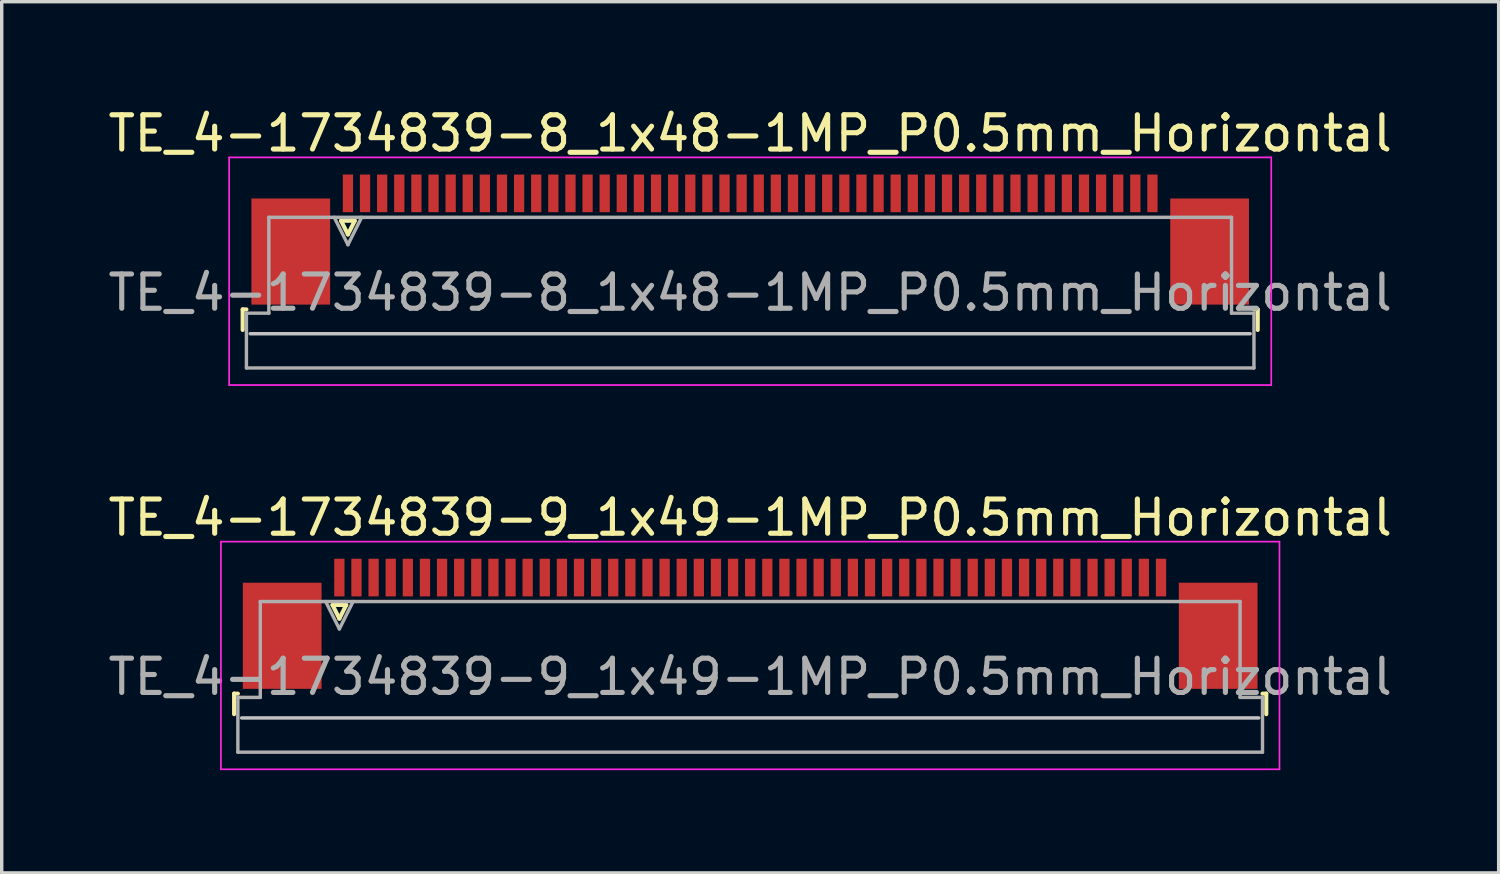
<source format=kicad_pcb>
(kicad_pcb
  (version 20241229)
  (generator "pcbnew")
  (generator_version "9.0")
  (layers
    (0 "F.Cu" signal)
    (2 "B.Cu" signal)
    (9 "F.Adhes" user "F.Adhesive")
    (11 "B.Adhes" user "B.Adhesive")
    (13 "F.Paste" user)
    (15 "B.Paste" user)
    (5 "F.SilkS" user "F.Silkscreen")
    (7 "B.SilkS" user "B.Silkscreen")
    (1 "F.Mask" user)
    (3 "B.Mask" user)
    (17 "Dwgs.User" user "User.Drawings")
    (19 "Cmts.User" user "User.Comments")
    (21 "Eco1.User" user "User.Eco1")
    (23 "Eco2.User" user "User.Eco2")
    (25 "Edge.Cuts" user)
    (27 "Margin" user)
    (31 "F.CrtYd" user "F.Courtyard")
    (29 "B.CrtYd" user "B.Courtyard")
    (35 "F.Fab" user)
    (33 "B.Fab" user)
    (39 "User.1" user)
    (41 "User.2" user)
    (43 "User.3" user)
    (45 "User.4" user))
  (footprint "TE_4-1734839-9_1x49-1MP_P0.5mm_Horizontal"
    (layer "F.Cu")
    (at 18.863 15.171)
    (property "Reference" "TE_4-1734839-9_1x49-1MP_P0.5mm_Horizontal" (at 0 -3.1 0) (layer "F.SilkS") (effects (font (size 1 1) (thickness 0.15))))
    (attr smd)
    (fp_line (start -15.075 2.04) (end -15.075 2.64) (stroke (width 0.12) (type solid)) (layer "F.SilkS"))
    (fp_line (start -14.965 2.04) (end -15.075 2.04) (stroke (width 0.12) (type solid)) (layer "F.SilkS"))
    (fp_line (start -12.2 -0.55) (end -12 -0.15) (stroke (width 0.12) (type solid)) (layer "F.SilkS"))
    (fp_line (start -12 -0.15) (end -11.8 -0.55) (stroke (width 0.12) (type solid)) (layer "F.SilkS"))
    (fp_line (start -11.8 -0.55) (end -12.2 -0.55) (stroke (width 0.12) (type solid)) (layer "F.SilkS"))
    (fp_line (start 14.965 2.04) (end 15.075 2.04) (stroke (width 0.12) (type solid)) (layer "F.SilkS"))
    (fp_line (start 15.075 2.04) (end 15.075 2.64) (stroke (width 0.12) (type solid)) (layer "F.SilkS"))
    (fp_line (start 14.855 2.75) (end -14.855 2.75) (stroke (width 0.1) (type solid)) (layer "Dwgs.User"))
    (fp_line (start -15.46 -2.4) (end -15.46 4.25) (stroke (width 0.05) (type solid)) (layer "F.CrtYd"))
    (fp_line (start -15.46 4.25) (end 15.46 4.25) (stroke (width 0.05) (type solid)) (layer "F.CrtYd"))
    (fp_line (start 15.46 -2.4) (end -15.46 -2.4) (stroke (width 0.05) (type solid)) (layer "F.CrtYd"))
    (fp_line (start 15.46 4.25) (end 15.46 -2.4) (stroke (width 0.05) (type solid)) (layer "F.CrtYd"))
    (fp_line (start -14.965 2.15) (end -14.31 2.15) (stroke (width 0.1) (type solid)) (layer "F.Fab"))
    (fp_line (start -14.965 3.75) (end -14.965 2.15) (stroke (width 0.1) (type solid)) (layer "F.Fab"))
    (fp_line (start -14.31 -0.65) (end 14.31 -0.65) (stroke (width 0.1) (type solid)) (layer "F.Fab"))
    (fp_line (start -14.31 2.15) (end -14.31 -0.65) (stroke (width 0.1) (type solid)) (layer "F.Fab"))
    (fp_line (start -12.4 -0.65) (end -12 0.15) (stroke (width 0.1) (type solid)) (layer "F.Fab"))
    (fp_line (start -12 0.15) (end -11.6 -0.65) (stroke (width 0.1) (type solid)) (layer "F.Fab"))
    (fp_line (start 14.31 -0.65) (end 14.31 2.15) (stroke (width 0.1) (type solid)) (layer "F.Fab"))
    (fp_line (start 14.31 2.15) (end 14.965 2.15) (stroke (width 0.1) (type solid)) (layer "F.Fab"))
    (fp_line (start 14.965 2.15) (end 14.965 3.75) (stroke (width 0.1) (type solid)) (layer "F.Fab"))
    (fp_line (start 14.965 3.75) (end -14.965 3.75) (stroke (width 0.1) (type solid)) (layer "F.Fab"))
    (fp_text user "${REFERENCE}" (at 0 1.55 0) (layer "F.Fab") (effects (font (size 1 1) (thickness 0.15))))
    (pad "1" smd rect (at -12 -1.35) (size 0.3 1.1) (layers "F.Cu" "F.Mask" "F.Paste"))
    (pad "2" smd rect (at -11.5 -1.35) (size 0.3 1.1) (layers "F.Cu" "F.Mask" "F.Paste"))
    (pad "3" smd rect (at -11 -1.35) (size 0.3 1.1) (layers "F.Cu" "F.Mask" "F.Paste"))
    (pad "4" smd rect (at -10.5 -1.35) (size 0.3 1.1) (layers "F.Cu" "F.Mask" "F.Paste"))
    (pad "5" smd rect (at -10 -1.35) (size 0.3 1.1) (layers "F.Cu" "F.Mask" "F.Paste"))
    (pad "6" smd rect (at -9.5 -1.35) (size 0.3 1.1) (layers "F.Cu" "F.Mask" "F.Paste"))
    (pad "7" smd rect (at -9 -1.35) (size 0.3 1.1) (layers "F.Cu" "F.Mask" "F.Paste"))
    (pad "8" smd rect (at -8.5 -1.35) (size 0.3 1.1) (layers "F.Cu" "F.Mask" "F.Paste"))
    (pad "9" smd rect (at -8 -1.35) (size 0.3 1.1) (layers "F.Cu" "F.Mask" "F.Paste"))
    (pad "10" smd rect (at -7.5 -1.35) (size 0.3 1.1) (layers "F.Cu" "F.Mask" "F.Paste"))
    (pad "11" smd rect (at -7 -1.35) (size 0.3 1.1) (layers "F.Cu" "F.Mask" "F.Paste"))
    (pad "12" smd rect (at -6.5 -1.35) (size 0.3 1.1) (layers "F.Cu" "F.Mask" "F.Paste"))
    (pad "13" smd rect (at -6 -1.35) (size 0.3 1.1) (layers "F.Cu" "F.Mask" "F.Paste"))
    (pad "14" smd rect (at -5.5 -1.35) (size 0.3 1.1) (layers "F.Cu" "F.Mask" "F.Paste"))
    (pad "15" smd rect (at -5 -1.35) (size 0.3 1.1) (layers "F.Cu" "F.Mask" "F.Paste"))
    (pad "16" smd rect (at -4.5 -1.35) (size 0.3 1.1) (layers "F.Cu" "F.Mask" "F.Paste"))
    (pad "17" smd rect (at -4 -1.35) (size 0.3 1.1) (layers "F.Cu" "F.Mask" "F.Paste"))
    (pad "18" smd rect (at -3.5 -1.35) (size 0.3 1.1) (layers "F.Cu" "F.Mask" "F.Paste"))
    (pad "19" smd rect (at -3 -1.35) (size 0.3 1.1) (layers "F.Cu" "F.Mask" "F.Paste"))
    (pad "20" smd rect (at -2.5 -1.35) (size 0.3 1.1) (layers "F.Cu" "F.Mask" "F.Paste"))
    (pad "21" smd rect (at -2 -1.35) (size 0.3 1.1) (layers "F.Cu" "F.Mask" "F.Paste"))
    (pad "22" smd rect (at -1.5 -1.35) (size 0.3 1.1) (layers "F.Cu" "F.Mask" "F.Paste"))
    (pad "23" smd rect (at -1 -1.35) (size 0.3 1.1) (layers "F.Cu" "F.Mask" "F.Paste"))
    (pad "24" smd rect (at -0.5 -1.35) (size 0.3 1.1) (layers "F.Cu" "F.Mask" "F.Paste"))
    (pad "25" smd rect (at 0 -1.35) (size 0.3 1.1) (layers "F.Cu" "F.Mask" "F.Paste"))
    (pad "26" smd rect (at 0.5 -1.35) (size 0.3 1.1) (layers "F.Cu" "F.Mask" "F.Paste"))
    (pad "27" smd rect (at 1 -1.35) (size 0.3 1.1) (layers "F.Cu" "F.Mask" "F.Paste"))
    (pad "28" smd rect (at 1.5 -1.35) (size 0.3 1.1) (layers "F.Cu" "F.Mask" "F.Paste"))
    (pad "29" smd rect (at 2 -1.35) (size 0.3 1.1) (layers "F.Cu" "F.Mask" "F.Paste"))
    (pad "30" smd rect (at 2.5 -1.35) (size 0.3 1.1) (layers "F.Cu" "F.Mask" "F.Paste"))
    (pad "31" smd rect (at 3 -1.35) (size 0.3 1.1) (layers "F.Cu" "F.Mask" "F.Paste"))
    (pad "32" smd rect (at 3.5 -1.35) (size 0.3 1.1) (layers "F.Cu" "F.Mask" "F.Paste"))
    (pad "33" smd rect (at 4 -1.35) (size 0.3 1.1) (layers "F.Cu" "F.Mask" "F.Paste"))
    (pad "34" smd rect (at 4.5 -1.35) (size 0.3 1.1) (layers "F.Cu" "F.Mask" "F.Paste"))
    (pad "35" smd rect (at 5 -1.35) (size 0.3 1.1) (layers "F.Cu" "F.Mask" "F.Paste"))
    (pad "36" smd rect (at 5.5 -1.35) (size 0.3 1.1) (layers "F.Cu" "F.Mask" "F.Paste"))
    (pad "37" smd rect (at 6 -1.35) (size 0.3 1.1) (layers "F.Cu" "F.Mask" "F.Paste"))
    (pad "38" smd rect (at 6.5 -1.35) (size 0.3 1.1) (layers "F.Cu" "F.Mask" "F.Paste"))
    (pad "39" smd rect (at 7 -1.35) (size 0.3 1.1) (layers "F.Cu" "F.Mask" "F.Paste"))
    (pad "40" smd rect (at 7.5 -1.35) (size 0.3 1.1) (layers "F.Cu" "F.Mask" "F.Paste"))
    (pad "41" smd rect (at 8 -1.35) (size 0.3 1.1) (layers "F.Cu" "F.Mask" "F.Paste"))
    (pad "42" smd rect (at 8.5 -1.35) (size 0.3 1.1) (layers "F.Cu" "F.Mask" "F.Paste"))
    (pad "43" smd rect (at 9 -1.35) (size 0.3 1.1) (layers "F.Cu" "F.Mask" "F.Paste"))
    (pad "44" smd rect (at 9.5 -1.35) (size 0.3 1.1) (layers "F.Cu" "F.Mask" "F.Paste"))
    (pad "45" smd rect (at 10 -1.35) (size 0.3 1.1) (layers "F.Cu" "F.Mask" "F.Paste"))
    (pad "46" smd rect (at 10.5 -1.35) (size 0.3 1.1) (layers "F.Cu" "F.Mask" "F.Paste"))
    (pad "47" smd rect (at 11 -1.35) (size 0.3 1.1) (layers "F.Cu" "F.Mask" "F.Paste"))
    (pad "48" smd rect (at 11.5 -1.35) (size 0.3 1.1) (layers "F.Cu" "F.Mask" "F.Paste"))
    (pad "49" smd rect (at 12 -1.35) (size 0.3 1.1) (layers "F.Cu" "F.Mask" "F.Paste"))
    (pad "MP" smd rect (at -13.67 0.35) (size 2.3 3.1) (layers "F.Cu" "F.Mask" "F.Paste"))
    (pad "MP" smd rect (at 13.67 0.35) (size 2.3 3.1) (layers "F.Cu" "F.Mask" "F.Paste")))
  (footprint "TE_4-1734839-8_1x48-1MP_P0.5mm_Horizontal"
    (layer "F.Cu")
    (at 18.863 3.948)
    (property "Reference" "TE_4-1734839-8_1x48-1MP_P0.5mm_Horizontal" (at 0 -3.1 0) (layer "F.SilkS") (effects (font (size 1 1) (thickness 0.15))))
    (attr smd)
    (fp_line (start -14.825 2.04) (end -14.825 2.64) (stroke (width 0.12) (type solid)) (layer "F.SilkS"))
    (fp_line (start -14.715 2.04) (end -14.825 2.04) (stroke (width 0.12) (type solid)) (layer "F.SilkS"))
    (fp_line (start -11.95 -0.55) (end -11.75 -0.15) (stroke (width 0.12) (type solid)) (layer "F.SilkS"))
    (fp_line (start -11.75 -0.15) (end -11.55 -0.55) (stroke (width 0.12) (type solid)) (layer "F.SilkS"))
    (fp_line (start -11.55 -0.55) (end -11.95 -0.55) (stroke (width 0.12) (type solid)) (layer "F.SilkS"))
    (fp_line (start 14.715 2.04) (end 14.825 2.04) (stroke (width 0.12) (type solid)) (layer "F.SilkS"))
    (fp_line (start 14.825 2.04) (end 14.825 2.64) (stroke (width 0.12) (type solid)) (layer "F.SilkS"))
    (fp_line (start 14.605 2.75) (end -14.605 2.75) (stroke (width 0.1) (type solid)) (layer "Dwgs.User"))
    (fp_line (start -15.22 -2.4) (end -15.22 4.25) (stroke (width 0.05) (type solid)) (layer "F.CrtYd"))
    (fp_line (start -15.22 4.25) (end 15.22 4.25) (stroke (width 0.05) (type solid)) (layer "F.CrtYd"))
    (fp_line (start 15.22 -2.4) (end -15.22 -2.4) (stroke (width 0.05) (type solid)) (layer "F.CrtYd"))
    (fp_line (start 15.22 4.25) (end 15.22 -2.4) (stroke (width 0.05) (type solid)) (layer "F.CrtYd"))
    (fp_line (start -14.715 2.15) (end -14.06 2.15) (stroke (width 0.1) (type solid)) (layer "F.Fab"))
    (fp_line (start -14.715 3.75) (end -14.715 2.15) (stroke (width 0.1) (type solid)) (layer "F.Fab"))
    (fp_line (start -14.06 -0.65) (end 14.06 -0.65) (stroke (width 0.1) (type solid)) (layer "F.Fab"))
    (fp_line (start -14.06 2.15) (end -14.06 -0.65) (stroke (width 0.1) (type solid)) (layer "F.Fab"))
    (fp_line (start -12.15 -0.65) (end -11.75 0.15) (stroke (width 0.1) (type solid)) (layer "F.Fab"))
    (fp_line (start -11.75 0.15) (end -11.35 -0.65) (stroke (width 0.1) (type solid)) (layer "F.Fab"))
    (fp_line (start 14.06 -0.65) (end 14.06 2.15) (stroke (width 0.1) (type solid)) (layer "F.Fab"))
    (fp_line (start 14.06 2.15) (end 14.715 2.15) (stroke (width 0.1) (type solid)) (layer "F.Fab"))
    (fp_line (start 14.715 2.15) (end 14.715 3.75) (stroke (width 0.1) (type solid)) (layer "F.Fab"))
    (fp_line (start 14.715 3.75) (end -14.715 3.75) (stroke (width 0.1) (type solid)) (layer "F.Fab"))
    (fp_text user "${REFERENCE}" (at 0 1.55 0) (layer "F.Fab") (effects (font (size 1 1) (thickness 0.15))))
    (pad "1" smd rect (at -11.75 -1.35) (size 0.3 1.1) (layers "F.Cu" "F.Mask" "F.Paste"))
    (pad "2" smd rect (at -11.25 -1.35) (size 0.3 1.1) (layers "F.Cu" "F.Mask" "F.Paste"))
    (pad "3" smd rect (at -10.75 -1.35) (size 0.3 1.1) (layers "F.Cu" "F.Mask" "F.Paste"))
    (pad "4" smd rect (at -10.25 -1.35) (size 0.3 1.1) (layers "F.Cu" "F.Mask" "F.Paste"))
    (pad "5" smd rect (at -9.75 -1.35) (size 0.3 1.1) (layers "F.Cu" "F.Mask" "F.Paste"))
    (pad "6" smd rect (at -9.25 -1.35) (size 0.3 1.1) (layers "F.Cu" "F.Mask" "F.Paste"))
    (pad "7" smd rect (at -8.75 -1.35) (size 0.3 1.1) (layers "F.Cu" "F.Mask" "F.Paste"))
    (pad "8" smd rect (at -8.25 -1.35) (size 0.3 1.1) (layers "F.Cu" "F.Mask" "F.Paste"))
    (pad "9" smd rect (at -7.75 -1.35) (size 0.3 1.1) (layers "F.Cu" "F.Mask" "F.Paste"))
    (pad "10" smd rect (at -7.25 -1.35) (size 0.3 1.1) (layers "F.Cu" "F.Mask" "F.Paste"))
    (pad "11" smd rect (at -6.75 -1.35) (size 0.3 1.1) (layers "F.Cu" "F.Mask" "F.Paste"))
    (pad "12" smd rect (at -6.25 -1.35) (size 0.3 1.1) (layers "F.Cu" "F.Mask" "F.Paste"))
    (pad "13" smd rect (at -5.75 -1.35) (size 0.3 1.1) (layers "F.Cu" "F.Mask" "F.Paste"))
    (pad "14" smd rect (at -5.25 -1.35) (size 0.3 1.1) (layers "F.Cu" "F.Mask" "F.Paste"))
    (pad "15" smd rect (at -4.75 -1.35) (size 0.3 1.1) (layers "F.Cu" "F.Mask" "F.Paste"))
    (pad "16" smd rect (at -4.25 -1.35) (size 0.3 1.1) (layers "F.Cu" "F.Mask" "F.Paste"))
    (pad "17" smd rect (at -3.75 -1.35) (size 0.3 1.1) (layers "F.Cu" "F.Mask" "F.Paste"))
    (pad "18" smd rect (at -3.25 -1.35) (size 0.3 1.1) (layers "F.Cu" "F.Mask" "F.Paste"))
    (pad "19" smd rect (at -2.75 -1.35) (size 0.3 1.1) (layers "F.Cu" "F.Mask" "F.Paste"))
    (pad "20" smd rect (at -2.25 -1.35) (size 0.3 1.1) (layers "F.Cu" "F.Mask" "F.Paste"))
    (pad "21" smd rect (at -1.75 -1.35) (size 0.3 1.1) (layers "F.Cu" "F.Mask" "F.Paste"))
    (pad "22" smd rect (at -1.25 -1.35) (size 0.3 1.1) (layers "F.Cu" "F.Mask" "F.Paste"))
    (pad "23" smd rect (at -0.75 -1.35) (size 0.3 1.1) (layers "F.Cu" "F.Mask" "F.Paste"))
    (pad "24" smd rect (at -0.25 -1.35) (size 0.3 1.1) (layers "F.Cu" "F.Mask" "F.Paste"))
    (pad "25" smd rect (at 0.25 -1.35) (size 0.3 1.1) (layers "F.Cu" "F.Mask" "F.Paste"))
    (pad "26" smd rect (at 0.75 -1.35) (size 0.3 1.1) (layers "F.Cu" "F.Mask" "F.Paste"))
    (pad "27" smd rect (at 1.25 -1.35) (size 0.3 1.1) (layers "F.Cu" "F.Mask" "F.Paste"))
    (pad "28" smd rect (at 1.75 -1.35) (size 0.3 1.1) (layers "F.Cu" "F.Mask" "F.Paste"))
    (pad "29" smd rect (at 2.25 -1.35) (size 0.3 1.1) (layers "F.Cu" "F.Mask" "F.Paste"))
    (pad "30" smd rect (at 2.75 -1.35) (size 0.3 1.1) (layers "F.Cu" "F.Mask" "F.Paste"))
    (pad "31" smd rect (at 3.25 -1.35) (size 0.3 1.1) (layers "F.Cu" "F.Mask" "F.Paste"))
    (pad "32" smd rect (at 3.75 -1.35) (size 0.3 1.1) (layers "F.Cu" "F.Mask" "F.Paste"))
    (pad "33" smd rect (at 4.25 -1.35) (size 0.3 1.1) (layers "F.Cu" "F.Mask" "F.Paste"))
    (pad "34" smd rect (at 4.75 -1.35) (size 0.3 1.1) (layers "F.Cu" "F.Mask" "F.Paste"))
    (pad "35" smd rect (at 5.25 -1.35) (size 0.3 1.1) (layers "F.Cu" "F.Mask" "F.Paste"))
    (pad "36" smd rect (at 5.75 -1.35) (size 0.3 1.1) (layers "F.Cu" "F.Mask" "F.Paste"))
    (pad "37" smd rect (at 6.25 -1.35) (size 0.3 1.1) (layers "F.Cu" "F.Mask" "F.Paste"))
    (pad "38" smd rect (at 6.75 -1.35) (size 0.3 1.1) (layers "F.Cu" "F.Mask" "F.Paste"))
    (pad "39" smd rect (at 7.25 -1.35) (size 0.3 1.1) (layers "F.Cu" "F.Mask" "F.Paste"))
    (pad "40" smd rect (at 7.75 -1.35) (size 0.3 1.1) (layers "F.Cu" "F.Mask" "F.Paste"))
    (pad "41" smd rect (at 8.25 -1.35) (size 0.3 1.1) (layers "F.Cu" "F.Mask" "F.Paste"))
    (pad "42" smd rect (at 8.75 -1.35) (size 0.3 1.1) (layers "F.Cu" "F.Mask" "F.Paste"))
    (pad "43" smd rect (at 9.25 -1.35) (size 0.3 1.1) (layers "F.Cu" "F.Mask" "F.Paste"))
    (pad "44" smd rect (at 9.75 -1.35) (size 0.3 1.1) (layers "F.Cu" "F.Mask" "F.Paste"))
    (pad "45" smd rect (at 10.25 -1.35) (size 0.3 1.1) (layers "F.Cu" "F.Mask" "F.Paste"))
    (pad "46" smd rect (at 10.75 -1.35) (size 0.3 1.1) (layers "F.Cu" "F.Mask" "F.Paste"))
    (pad "47" smd rect (at 11.25 -1.35) (size 0.3 1.1) (layers "F.Cu" "F.Mask" "F.Paste"))
    (pad "48" smd rect (at 11.75 -1.35) (size 0.3 1.1) (layers "F.Cu" "F.Mask" "F.Paste"))
    (pad "MP" smd rect (at -13.42 0.35) (size 2.3 3.1) (layers "F.Cu" "F.Mask" "F.Paste"))
    (pad "MP" smd rect (at 13.42 0.35) (size 2.3 3.1) (layers "F.Cu" "F.Mask" "F.Paste")))
  (gr_rect
    (start -3 -3)
    (end 40.726 22.447)
    (stroke (width 0.1) (type default))
    (fill no)
    (layer "Edge.Cuts")))
</source>
